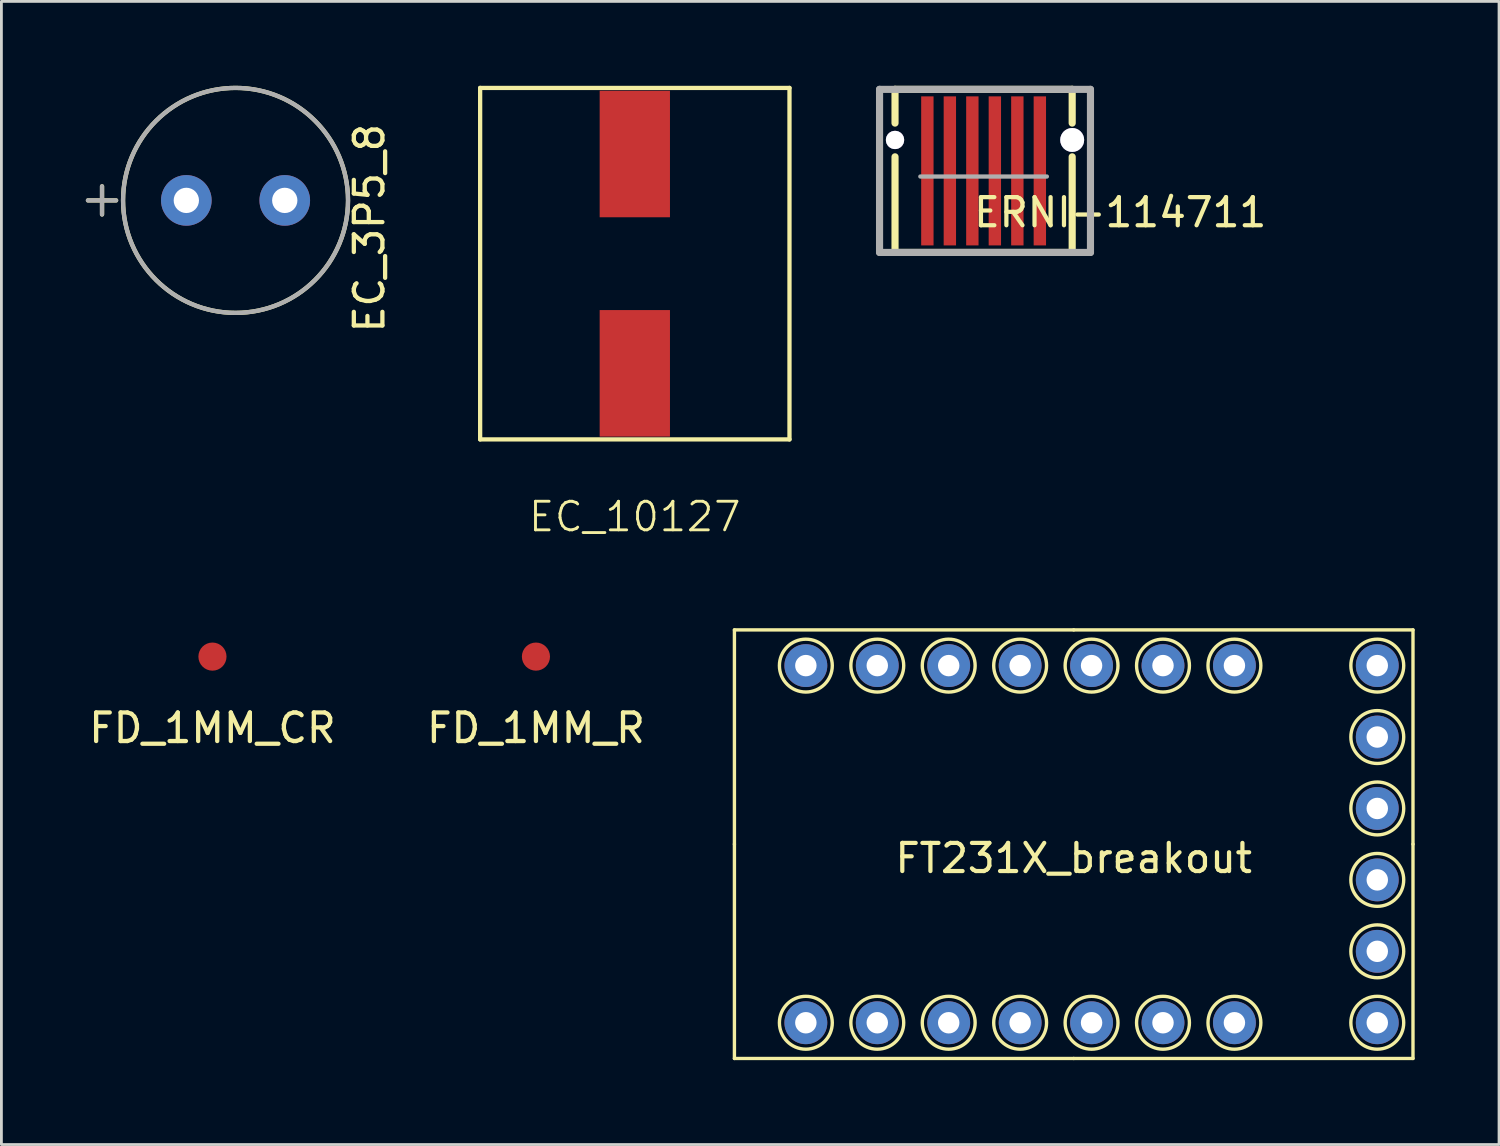
<source format=kicad_pcb>
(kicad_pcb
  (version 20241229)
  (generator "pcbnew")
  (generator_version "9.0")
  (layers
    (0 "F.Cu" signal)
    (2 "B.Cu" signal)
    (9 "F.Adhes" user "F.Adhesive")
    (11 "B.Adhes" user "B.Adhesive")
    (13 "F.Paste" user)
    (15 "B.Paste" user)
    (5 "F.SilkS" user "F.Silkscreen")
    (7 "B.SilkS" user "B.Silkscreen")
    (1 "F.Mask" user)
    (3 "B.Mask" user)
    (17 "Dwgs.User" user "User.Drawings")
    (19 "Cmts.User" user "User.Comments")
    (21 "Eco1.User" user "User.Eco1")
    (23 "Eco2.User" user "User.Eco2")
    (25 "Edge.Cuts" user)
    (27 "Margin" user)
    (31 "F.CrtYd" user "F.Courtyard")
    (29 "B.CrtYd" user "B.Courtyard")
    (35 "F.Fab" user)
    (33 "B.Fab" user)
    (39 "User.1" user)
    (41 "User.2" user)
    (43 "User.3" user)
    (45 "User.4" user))
  (footprint "EC_10127"
    (layer "F.Cu")
    (at 19.524 6.326)
    (property "Reference" "EC_10127" (at 0 9 0) (layer "F.SilkS") (effects (font (size 1.016 1.016) (thickness 0.102))))
    (attr through_hole)
    (fp_line (start -5.5 -6.25) (end -5.5 6.25) (stroke (width 0.152) (type solid)) (layer "F.SilkS"))
    (fp_line (start -5.5 6.25) (end 5.5 6.25) (stroke (width 0.152) (type solid)) (layer "F.SilkS"))
    (fp_line (start 5.5 -6.25) (end -5.5 -6.25) (stroke (width 0.152) (type solid)) (layer "F.SilkS"))
    (fp_line (start 5.5 6.25) (end 5.5 -6.25) (stroke (width 0.152) (type solid)) (layer "F.SilkS"))
    (pad "1" smd rect (at 0 -3.9) (size 2.5 4.5) (layers "F.Cu" "F.Mask" "F.Paste"))
    (pad "2" smd rect (at 0 3.9) (size 2.5 4.5) (layers "F.Cu" "F.Mask" "F.Paste")))
  (footprint "FD_1MM_CR"
    (layer "F.Cu")
    (at 4.505 20.299)
    (property "Reference" "FD_1MM_CR" (at 0 2.54 0) (layer "F.SilkS") (effects (font (size 1.016 1.016) (thickness 0.152))))
    (attr smd)
    (fp_circle (center 0 0) (end 0.8 0) (stroke (width 0.8) (type solid)) (fill no) (layer "F.Mask"))
    (pad "~" smd circle (at 0 0) (size 1 1) (layers "F.Cu" "F.Mask")))
  (footprint "FT231X_breakout"
    (layer "F.Cu")
    (at 35.131 19.349)
    (property "Reference" "FT231X_breakout" (at 0 8.12 0) (layer "F.SilkS") (effects (font (size 1 1) (thickness 0.15))))
    (attr through_hole)
    (fp_line (start -12.065 0) (end 0 0) (stroke (width 0.12) (type solid)) (layer "F.SilkS"))
    (fp_line (start -12.065 7.62) (end -12.065 0) (stroke (width 0.12) (type solid)) (layer "F.SilkS"))
    (fp_line (start -12.065 15.24) (end -12.065 7.62) (stroke (width 0.12) (type solid)) (layer "F.SilkS"))
    (fp_line (start 0 0) (end 12.065 0) (stroke (width 0.12) (type solid)) (layer "F.SilkS"))
    (fp_line (start 0 15.24) (end -12.065 15.24) (stroke (width 0.12) (type solid)) (layer "F.SilkS"))
    (fp_line (start 12.065 0) (end 12.065 7.62) (stroke (width 0.12) (type solid)) (layer "F.SilkS"))
    (fp_line (start 12.065 7.62) (end 12.065 15.24) (stroke (width 0.12) (type solid)) (layer "F.SilkS"))
    (fp_line (start 12.065 15.24) (end 0 15.24) (stroke (width 0.12) (type solid)) (layer "F.SilkS"))
    (fp_circle (center -9.525 1.27) (end -8.585 1.27) (stroke (width 0.12) (type solid)) (fill no) (layer "F.SilkS"))
    (fp_circle (center -9.525 13.97) (end -8.585 13.97) (stroke (width 0.12) (type solid)) (fill no) (layer "F.SilkS"))
    (fp_circle (center -6.985 1.27) (end -6.045 1.27) (stroke (width 0.12) (type solid)) (fill no) (layer "F.SilkS"))
    (fp_circle (center -6.985 13.97) (end -6.045 13.97) (stroke (width 0.12) (type solid)) (fill no) (layer "F.SilkS"))
    (fp_circle (center -4.445 1.27) (end -3.505 1.27) (stroke (width 0.12) (type solid)) (fill no) (layer "F.SilkS"))
    (fp_circle (center -4.445 13.97) (end -3.505 13.97) (stroke (width 0.12) (type solid)) (fill no) (layer "F.SilkS"))
    (fp_circle (center -1.905 1.27) (end -0.965 1.27) (stroke (width 0.12) (type solid)) (fill no) (layer "F.SilkS"))
    (fp_circle (center -1.905 13.97) (end -0.965 13.97) (stroke (width 0.12) (type solid)) (fill no) (layer "F.SilkS"))
    (fp_circle (center 0.635 1.27) (end 1.575 1.27) (stroke (width 0.12) (type solid)) (fill no) (layer "F.SilkS"))
    (fp_circle (center 0.635 13.97) (end 1.575 13.97) (stroke (width 0.12) (type solid)) (fill no) (layer "F.SilkS"))
    (fp_circle (center 3.175 1.27) (end 4.115 1.27) (stroke (width 0.12) (type solid)) (fill no) (layer "F.SilkS"))
    (fp_circle (center 3.175 13.97) (end 4.115 13.97) (stroke (width 0.12) (type solid)) (fill no) (layer "F.SilkS"))
    (fp_circle (center 5.715 1.27) (end 6.655 1.27) (stroke (width 0.12) (type solid)) (fill no) (layer "F.SilkS"))
    (fp_circle (center 5.715 13.97) (end 6.655 13.97) (stroke (width 0.12) (type solid)) (fill no) (layer "F.SilkS"))
    (fp_circle (center 10.795 1.27) (end 11.735 1.27) (stroke (width 0.12) (type solid)) (fill no) (layer "F.SilkS"))
    (fp_circle (center 10.795 3.81) (end 11.735 3.81) (stroke (width 0.12) (type solid)) (fill no) (layer "F.SilkS"))
    (fp_circle (center 10.795 6.35) (end 11.735 6.35) (stroke (width 0.12) (type solid)) (fill no) (layer "F.SilkS"))
    (fp_circle (center 10.795 8.89) (end 11.735 8.89) (stroke (width 0.12) (type solid)) (fill no) (layer "F.SilkS"))
    (fp_circle (center 10.795 11.43) (end 11.735 11.43) (stroke (width 0.12) (type solid)) (fill no) (layer "F.SilkS"))
    (fp_circle (center 10.795 13.97) (end 11.735 13.97) (stroke (width 0.12) (type solid)) (fill no) (layer "F.SilkS"))
    (pad "1" thru_hole circle (at -9.525 1.27) (size 1.524 1.524) (drill 0.762) (layers "*.Cu" "*.Mask"))
    (pad "2" thru_hole circle (at -6.985 1.27) (size 1.524 1.524) (drill 0.762) (layers "*.Cu" "*.Mask"))
    (pad "3" thru_hole circle (at -4.445 1.27) (size 1.524 1.524) (drill 0.762) (layers "*.Cu" "*.Mask"))
    (pad "4" thru_hole circle (at -1.905 1.27) (size 1.524 1.524) (drill 0.762) (layers "*.Cu" "*.Mask"))
    (pad "5" thru_hole circle (at 0.635 1.27) (size 1.524 1.524) (drill 0.762) (layers "*.Cu" "*.Mask"))
    (pad "6" thru_hole circle (at 3.175 1.27) (size 1.524 1.524) (drill 0.762) (layers "*.Cu" "*.Mask"))
    (pad "7" thru_hole circle (at 5.715 1.27) (size 1.524 1.524) (drill 0.762) (layers "*.Cu" "*.Mask"))
    (pad "8" thru_hole circle (at 10.795 1.27) (size 1.524 1.524) (drill 0.762) (layers "*.Cu" "*.Mask"))
    (pad "9" thru_hole circle (at 10.795 3.81) (size 1.524 1.524) (drill 0.762) (layers "*.Cu" "*.Mask"))
    (pad "10" thru_hole circle (at 10.795 6.35) (size 1.524 1.524) (drill 0.762) (layers "*.Cu" "*.Mask"))
    (pad "11" thru_hole circle (at 10.795 8.89) (size 1.524 1.524) (drill 0.762) (layers "*.Cu" "*.Mask"))
    (pad "12" thru_hole circle (at 10.795 11.43) (size 1.524 1.524) (drill 0.762) (layers "*.Cu" "*.Mask"))
    (pad "13" thru_hole circle (at 10.795 13.97) (size 1.524 1.524) (drill 0.762) (layers "*.Cu" "*.Mask"))
    (pad "14" thru_hole circle (at 5.715 13.97) (size 1.524 1.524) (drill 0.762) (layers "*.Cu" "*.Mask"))
    (pad "15" thru_hole circle (at 3.175 13.97) (size 1.524 1.524) (drill 0.762) (layers "*.Cu" "*.Mask"))
    (pad "16" thru_hole circle (at 0.635 13.97) (size 1.524 1.524) (drill 0.762) (layers "*.Cu" "*.Mask"))
    (pad "17" thru_hole circle (at -1.905 13.97) (size 1.524 1.524) (drill 0.762) (layers "*.Cu" "*.Mask"))
    (pad "18" thru_hole circle (at -4.445 13.97) (size 1.524 1.524) (drill 0.762) (layers "*.Cu" "*.Mask"))
    (pad "19" thru_hole circle (at -6.985 13.97) (size 1.524 1.524) (drill 0.762) (layers "*.Cu" "*.Mask"))
    (pad "20" thru_hole circle (at -9.525 13.97) (size 1.524 1.524) (drill 0.762) (layers "*.Cu" "*.Mask")))
  (footprint "FD_1MM_R"
    (layer "F.Cu")
    (at 16.008 20.299)
    (property "Reference" "FD_1MM_R" (at 0 2.54 0) (layer "F.SilkS") (effects (font (size 1.016 1.016) (thickness 0.152))))
    (attr through_hole)
    (fp_circle (center 0 0) (end 0.8 0) (stroke (width 0.8) (type solid)) (fill no) (layer "F.Mask"))
    (pad "~" smd circle (at 0 0) (size 1 1) (layers "F.Cu" "F.Mask")))
  (footprint "EC_3P5_8"
    (layer "F.Cu")
    (at 5.326 4.076)
    (property "Reference" "EC_3P5_8" (at 4.76 0.988 270) (layer "F.SilkS") (effects (font (size 1.016 1.016) (thickness 0.152))))
    (attr through_hole)
    (fp_line (start -4.746 -0.5) (end -4.746 0.5) (stroke (width 0.152) (type solid)) (layer "F.SilkS"))
    (fp_line (start -4.246 0) (end -5.246 0) (stroke (width 0.152) (type solid)) (layer "F.SilkS"))
    (fp_circle (center 0 0) (end -4 0) (stroke (width 0.152) (type solid)) (fill no) (layer "F.SilkS"))
    (fp_line (start -5.25 0) (end -4.25 0) (stroke (width 0.152) (type solid)) (layer "F.Fab"))
    (fp_line (start -4.75 0.5) (end -4.75 -0.5) (stroke (width 0.152) (type solid)) (layer "F.Fab"))
    (fp_circle (center 0 0) (end -4 0) (stroke (width 0.152) (type solid)) (fill no) (layer "F.Fab"))
    (pad "1" thru_hole circle (at -1.75 0) (size 1.8 1.8) (drill 0.9) (layers "*.Cu" "*.Mask"))
    (pad "2" thru_hole circle (at 1.75 0) (size 1.8 1.8) (drill 0.9) (layers "*.Cu" "*.Mask")))
  (footprint "ERNI-114711"
    (layer "F.Cu")
    (at 29.927 2.727)
    (property "Reference" "ERNI-114711" (at 6.858 1.778 0) (layer "F.SilkS") (effects (font (size 1 1) (thickness 0.15))))
    (attr smd)
    (fp_line (start -1.15 -2.6) (end 5.15 -2.6) (stroke (width 0.254) (type solid)) (layer "F.SilkS"))
    (fp_line (start -1.15 -1.4) (end -1.15 -2.6) (stroke (width 0.254) (type solid)) (layer "F.SilkS"))
    (fp_line (start -1.15 -0.2) (end -1.15 3.2) (stroke (width 0.254) (type solid)) (layer "F.SilkS"))
    (fp_line (start -1.15 3.2) (end 5.15 3.2) (stroke (width 0.254) (type solid)) (layer "F.SilkS"))
    (fp_line (start 5.15 -1.4) (end 5.15 -2.6) (stroke (width 0.254) (type solid)) (layer "F.SilkS"))
    (fp_line (start 5.15 -0.2) (end 5.15 3.2) (stroke (width 0.254) (type solid)) (layer "F.SilkS"))
    (fp_line (start -1.7 3.2) (end -1.7 -2.6) (stroke (width 0.254) (type solid)) (layer "F.Fab"))
    (fp_line (start -1.7 3.2) (end 5.8 3.2) (stroke (width 0.254) (type solid)) (layer "F.Fab"))
    (fp_line (start 4.25 0.5) (end -0.25 0.5) (stroke (width 0.152) (type solid)) (layer "F.Fab"))
    (fp_line (start 5.8 -2.6) (end -1.7 -2.6) (stroke (width 0.254) (type solid)) (layer "F.Fab"))
    (fp_line (start 5.8 -2.6) (end 5.8 3.2) (stroke (width 0.254) (type solid)) (layer "F.Fab"))
    (pad "" thru_hole circle (at -1.15 -0.8) (size 0.65 0.65) (drill 0.65) (layers "*.Cu" "*.Mask"))
    (pad "" thru_hole circle (at 5.15 -0.8) (size 0.85 0.85) (drill 0.85) (layers "*.Cu" "*.Mask"))
    (pad "1" smd rect (at 0 0.3) (size 0.44 5.3) (layers "F.Cu" "F.Mask" "F.Paste"))
    (pad "2" smd rect (at 0.8 0.3) (size 0.44 5.3) (layers "F.Cu" "F.Mask" "F.Paste"))
    (pad "3" smd rect (at 1.6 0.3) (size 0.44 5.3) (layers "F.Cu" "F.Mask" "F.Paste"))
    (pad "4" smd rect (at 2.4 0.3) (size 0.44 5.3) (layers "F.Cu" "F.Mask" "F.Paste"))
    (pad "5" smd rect (at 3.2 0.3) (size 0.44 5.3) (layers "F.Cu" "F.Mask" "F.Paste"))
    (pad "6" smd rect (at 4 0.3) (size 0.44 5.3) (layers "F.Cu" "F.Mask" "F.Paste")))
  (gr_rect
    (start -3 -3)
    (end 50.256 37.649)
    (stroke (width 0.1) (type default))
    (fill no)
    (layer "Edge.Cuts")))
</source>
